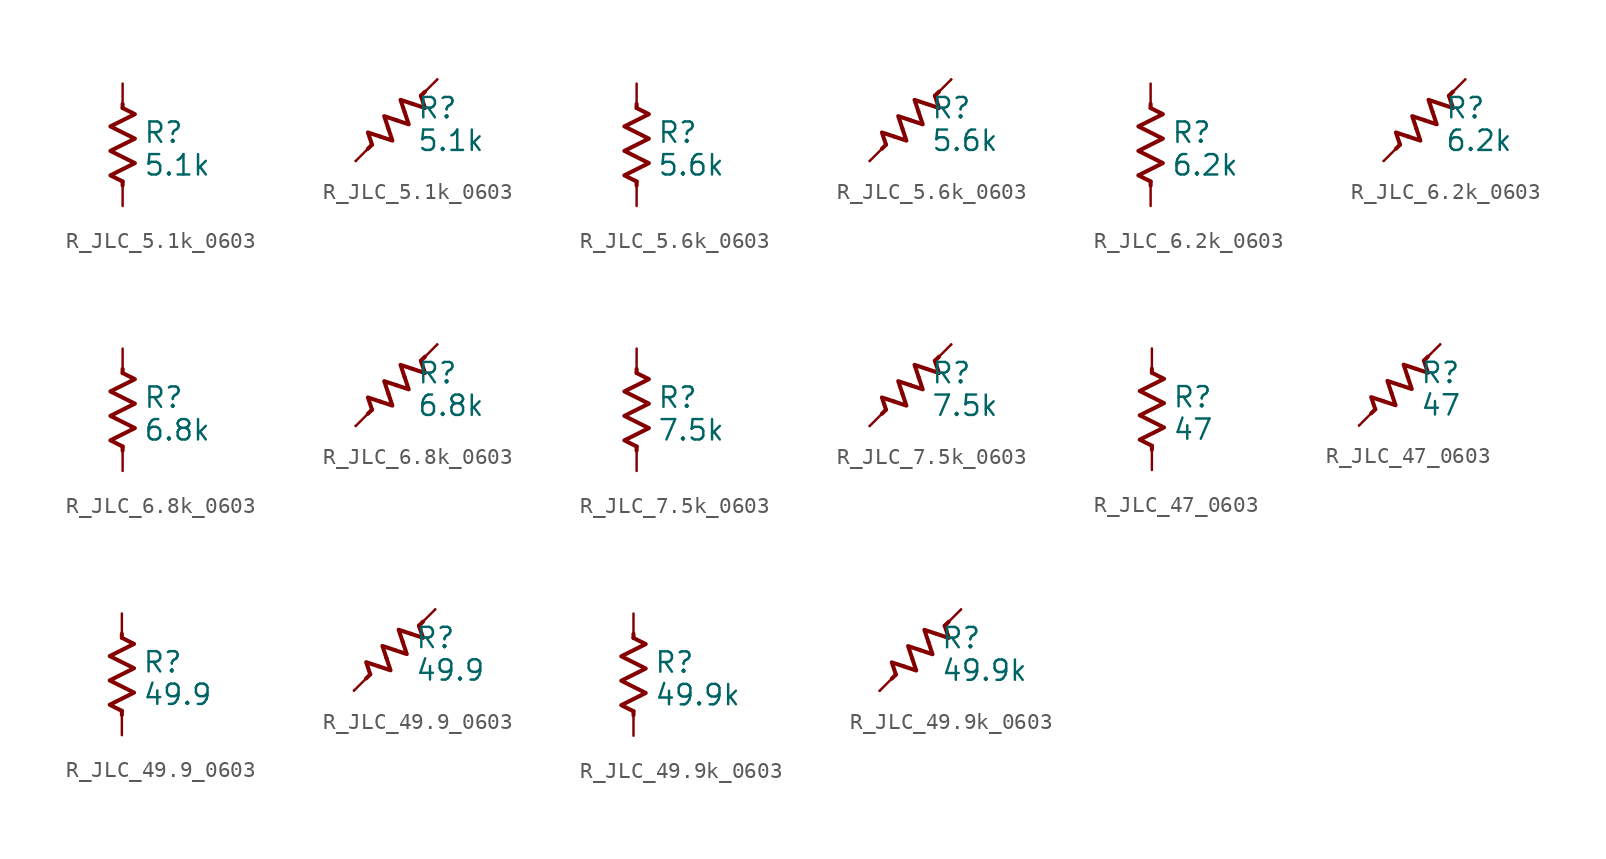
<source format=kicad_sym>
(kicad_symbol_lib
  (version 20231120)
  (generator "kicad_symbol_editor")
  (generator_version "8.0")
  (symbol "R_JLC_5.1k_0603"
    (pin_numbers hide)
    (pin_names
      (offset 0))
    (property "Reference" "R"
      (at 1.27 0.762 0)
      (effects (font (size 1.27 1.27)) (justify left)))
    (property "Value" "5.1k"
      (at 1.27 -1.27 0)
      (effects (font (size 1.27 1.27)) (justify left)))
    (symbol "R_JLC_5.1k_0603_0_1"
      (polyline (pts (xy 0 -2.286) (xy 0 -2.54)) (stroke (width 0.254) (type default)) (fill (type none)))
      (polyline (pts (xy 0 2.286) (xy 0 2.54)) (stroke (width 0.254) (type default)) (fill (type none)))
      (polyline (pts (xy 0 2.286) (xy 0.762 1.905) (xy -0.762 1.143) (xy 0 0.762) (xy 0.762 0.381) (xy 0 0) (xy -0.762 -0.381) (xy 0 -0.762) (xy 0.762 -1.143) (xy 0 -1.524) (xy -0.762 -1.905) (xy 0 -2.286)) (stroke (width 0.254) (type default)) (fill (type none))))
    (symbol "R_JLC_5.1k_0603_0_2"
      (polyline (pts (xy -2.54 -2.54) (xy -1.778 -1.778)) (stroke (width 0) (type default)) (fill (type none)))
      (polyline (pts (xy -1.778 -1.778) (xy -1.524 -1.524)) (stroke (width 0.254) (type default)) (fill (type none)))
      (polyline (pts (xy 1.778 1.778) (xy 1.524 1.524)) (stroke (width 0.254) (type default)) (fill (type none)))
      (polyline (pts (xy 1.778 1.778) (xy 2.54 2.54)) (stroke (width 0) (type default)) (fill (type none)))
      (polyline (pts (xy -1.524 -1.524) (xy -1.778 -0.762) (xy -1.016 -1.016)) (stroke (width 0.254) (type default)) (fill (type none)))
      (polyline (pts (xy -0.508 -0.508) (xy -0.762 0.254) (xy 0 0)) (stroke (width 0.254) (type default)) (fill (type none)))
      (polyline (pts (xy -0.508 -0.508) (xy -0.254 -1.27) (xy -1.016 -1.016)) (stroke (width 0.254) (type default)) (fill (type none)))
      (polyline (pts (xy 0.508 0.508) (xy 0.254 1.27) (xy 1.016 1.016)) (stroke (width 0.254) (type default)) (fill (type none)))
      (polyline (pts (xy 0.508 0.508) (xy 0.762 -0.254) (xy 0 0)) (stroke (width 0.254) (type default)) (fill (type none)))
      (polyline (pts (xy 1.524 1.524) (xy 1.778 0.762) (xy 1.016 1.016)) (stroke (width 0.254) (type default)) (fill (type none))))
    (symbol "R_JLC_5.1k_0603_1_1"
      (pin passive line (at 0 3.81 270) (length 1.27) (name "~" (effects (font (size 1.27 1.27)))) (number "1" (effects (font (size 1.27 1.27)))))
      (pin passive line (at 0 -3.81 90) (length 1.27) (name "~" (effects (font (size 1.27 1.27)))) (number "2" (effects (font (size 1.27 1.27))))))
    (symbol "R_JLC_5.1k_0603_1_2"
      (pin passive line (at 2.54 2.54 180) (length 0) (name "" (effects (font (size 1.27 1.27)))) (number "1" (effects (font (size 1.27 1.27)))))
      (pin passive line (at -2.54 -2.54 0) (length 0) (name "" (effects (font (size 1.27 1.27)))) (number "2" (effects (font (size 1.27 1.27)))))))
  (symbol "R_JLC_5.6k_0603"
    (pin_numbers hide)
    (pin_names
      (offset 0))
    (property "Reference" "R"
      (at 1.27 0.762 0)
      (effects (font (size 1.27 1.27)) (justify left)))
    (property "Value" "5.6k"
      (at 1.27 -1.27 0)
      (effects (font (size 1.27 1.27)) (justify left)))
    (symbol "R_JLC_5.6k_0603_0_1"
      (polyline (pts (xy 0 -2.286) (xy 0 -2.54)) (stroke (width 0.254) (type default)) (fill (type none)))
      (polyline (pts (xy 0 2.286) (xy 0 2.54)) (stroke (width 0.254) (type default)) (fill (type none)))
      (polyline (pts (xy 0 2.286) (xy 0.762 1.905) (xy -0.762 1.143) (xy 0 0.762) (xy 0.762 0.381) (xy 0 0) (xy -0.762 -0.381) (xy 0 -0.762) (xy 0.762 -1.143) (xy 0 -1.524) (xy -0.762 -1.905) (xy 0 -2.286)) (stroke (width 0.254) (type default)) (fill (type none))))
    (symbol "R_JLC_5.6k_0603_0_2"
      (polyline (pts (xy -2.54 -2.54) (xy -1.778 -1.778)) (stroke (width 0) (type default)) (fill (type none)))
      (polyline (pts (xy -1.778 -1.778) (xy -1.524 -1.524)) (stroke (width 0.254) (type default)) (fill (type none)))
      (polyline (pts (xy 1.778 1.778) (xy 1.524 1.524)) (stroke (width 0.254) (type default)) (fill (type none)))
      (polyline (pts (xy 1.778 1.778) (xy 2.54 2.54)) (stroke (width 0) (type default)) (fill (type none)))
      (polyline (pts (xy -1.524 -1.524) (xy -1.778 -0.762) (xy -1.016 -1.016)) (stroke (width 0.254) (type default)) (fill (type none)))
      (polyline (pts (xy -0.508 -0.508) (xy -0.762 0.254) (xy 0 0)) (stroke (width 0.254) (type default)) (fill (type none)))
      (polyline (pts (xy -0.508 -0.508) (xy -0.254 -1.27) (xy -1.016 -1.016)) (stroke (width 0.254) (type default)) (fill (type none)))
      (polyline (pts (xy 0.508 0.508) (xy 0.254 1.27) (xy 1.016 1.016)) (stroke (width 0.254) (type default)) (fill (type none)))
      (polyline (pts (xy 0.508 0.508) (xy 0.762 -0.254) (xy 0 0)) (stroke (width 0.254) (type default)) (fill (type none)))
      (polyline (pts (xy 1.524 1.524) (xy 1.778 0.762) (xy 1.016 1.016)) (stroke (width 0.254) (type default)) (fill (type none))))
    (symbol "R_JLC_5.6k_0603_1_1"
      (pin passive line (at 0 3.81 270) (length 1.27) (name "~" (effects (font (size 1.27 1.27)))) (number "1" (effects (font (size 1.27 1.27)))))
      (pin passive line (at 0 -3.81 90) (length 1.27) (name "~" (effects (font (size 1.27 1.27)))) (number "2" (effects (font (size 1.27 1.27))))))
    (symbol "R_JLC_5.6k_0603_1_2"
      (pin passive line (at 2.54 2.54 180) (length 0) (name "" (effects (font (size 1.27 1.27)))) (number "1" (effects (font (size 1.27 1.27)))))
      (pin passive line (at -2.54 -2.54 0) (length 0) (name "" (effects (font (size 1.27 1.27)))) (number "2" (effects (font (size 1.27 1.27)))))))
  (symbol "R_JLC_6.2k_0603"
    (pin_numbers hide)
    (pin_names
      (offset 0))
    (property "Reference" "R"
      (at 1.27 0.762 0)
      (effects (font (size 1.27 1.27)) (justify left)))
    (property "Value" "6.2k"
      (at 1.27 -1.27 0)
      (effects (font (size 1.27 1.27)) (justify left)))
    (symbol "R_JLC_6.2k_0603_0_1"
      (polyline (pts (xy 0 -2.286) (xy 0 -2.54)) (stroke (width 0.254) (type default)) (fill (type none)))
      (polyline (pts (xy 0 2.286) (xy 0 2.54)) (stroke (width 0.254) (type default)) (fill (type none)))
      (polyline (pts (xy 0 2.286) (xy 0.762 1.905) (xy -0.762 1.143) (xy 0 0.762) (xy 0.762 0.381) (xy 0 0) (xy -0.762 -0.381) (xy 0 -0.762) (xy 0.762 -1.143) (xy 0 -1.524) (xy -0.762 -1.905) (xy 0 -2.286)) (stroke (width 0.254) (type default)) (fill (type none))))
    (symbol "R_JLC_6.2k_0603_0_2"
      (polyline (pts (xy -2.54 -2.54) (xy -1.778 -1.778)) (stroke (width 0) (type default)) (fill (type none)))
      (polyline (pts (xy -1.778 -1.778) (xy -1.524 -1.524)) (stroke (width 0.254) (type default)) (fill (type none)))
      (polyline (pts (xy 1.778 1.778) (xy 1.524 1.524)) (stroke (width 0.254) (type default)) (fill (type none)))
      (polyline (pts (xy 1.778 1.778) (xy 2.54 2.54)) (stroke (width 0) (type default)) (fill (type none)))
      (polyline (pts (xy -1.524 -1.524) (xy -1.778 -0.762) (xy -1.016 -1.016)) (stroke (width 0.254) (type default)) (fill (type none)))
      (polyline (pts (xy -0.508 -0.508) (xy -0.762 0.254) (xy 0 0)) (stroke (width 0.254) (type default)) (fill (type none)))
      (polyline (pts (xy -0.508 -0.508) (xy -0.254 -1.27) (xy -1.016 -1.016)) (stroke (width 0.254) (type default)) (fill (type none)))
      (polyline (pts (xy 0.508 0.508) (xy 0.254 1.27) (xy 1.016 1.016)) (stroke (width 0.254) (type default)) (fill (type none)))
      (polyline (pts (xy 0.508 0.508) (xy 0.762 -0.254) (xy 0 0)) (stroke (width 0.254) (type default)) (fill (type none)))
      (polyline (pts (xy 1.524 1.524) (xy 1.778 0.762) (xy 1.016 1.016)) (stroke (width 0.254) (type default)) (fill (type none))))
    (symbol "R_JLC_6.2k_0603_1_1"
      (pin passive line (at 0 3.81 270) (length 1.27) (name "~" (effects (font (size 1.27 1.27)))) (number "1" (effects (font (size 1.27 1.27)))))
      (pin passive line (at 0 -3.81 90) (length 1.27) (name "~" (effects (font (size 1.27 1.27)))) (number "2" (effects (font (size 1.27 1.27))))))
    (symbol "R_JLC_6.2k_0603_1_2"
      (pin passive line (at 2.54 2.54 180) (length 0) (name "" (effects (font (size 1.27 1.27)))) (number "1" (effects (font (size 1.27 1.27)))))
      (pin passive line (at -2.54 -2.54 0) (length 0) (name "" (effects (font (size 1.27 1.27)))) (number "2" (effects (font (size 1.27 1.27)))))))
  (symbol "R_JLC_6.8k_0603"
    (pin_numbers hide)
    (pin_names
      (offset 0))
    (property "Reference" "R"
      (at 1.27 0.762 0)
      (effects (font (size 1.27 1.27)) (justify left)))
    (property "Value" "6.8k"
      (at 1.27 -1.27 0)
      (effects (font (size 1.27 1.27)) (justify left)))
    (symbol "R_JLC_6.8k_0603_0_1"
      (polyline (pts (xy 0 -2.286) (xy 0 -2.54)) (stroke (width 0.254) (type default)) (fill (type none)))
      (polyline (pts (xy 0 2.286) (xy 0 2.54)) (stroke (width 0.254) (type default)) (fill (type none)))
      (polyline (pts (xy 0 2.286) (xy 0.762 1.905) (xy -0.762 1.143) (xy 0 0.762) (xy 0.762 0.381) (xy 0 0) (xy -0.762 -0.381) (xy 0 -0.762) (xy 0.762 -1.143) (xy 0 -1.524) (xy -0.762 -1.905) (xy 0 -2.286)) (stroke (width 0.254) (type default)) (fill (type none))))
    (symbol "R_JLC_6.8k_0603_0_2"
      (polyline (pts (xy -2.54 -2.54) (xy -1.778 -1.778)) (stroke (width 0) (type default)) (fill (type none)))
      (polyline (pts (xy -1.778 -1.778) (xy -1.524 -1.524)) (stroke (width 0.254) (type default)) (fill (type none)))
      (polyline (pts (xy 1.778 1.778) (xy 1.524 1.524)) (stroke (width 0.254) (type default)) (fill (type none)))
      (polyline (pts (xy 1.778 1.778) (xy 2.54 2.54)) (stroke (width 0) (type default)) (fill (type none)))
      (polyline (pts (xy -1.524 -1.524) (xy -1.778 -0.762) (xy -1.016 -1.016)) (stroke (width 0.254) (type default)) (fill (type none)))
      (polyline (pts (xy -0.508 -0.508) (xy -0.762 0.254) (xy 0 0)) (stroke (width 0.254) (type default)) (fill (type none)))
      (polyline (pts (xy -0.508 -0.508) (xy -0.254 -1.27) (xy -1.016 -1.016)) (stroke (width 0.254) (type default)) (fill (type none)))
      (polyline (pts (xy 0.508 0.508) (xy 0.254 1.27) (xy 1.016 1.016)) (stroke (width 0.254) (type default)) (fill (type none)))
      (polyline (pts (xy 0.508 0.508) (xy 0.762 -0.254) (xy 0 0)) (stroke (width 0.254) (type default)) (fill (type none)))
      (polyline (pts (xy 1.524 1.524) (xy 1.778 0.762) (xy 1.016 1.016)) (stroke (width 0.254) (type default)) (fill (type none))))
    (symbol "R_JLC_6.8k_0603_1_1"
      (pin passive line (at 0 3.81 270) (length 1.27) (name "~" (effects (font (size 1.27 1.27)))) (number "1" (effects (font (size 1.27 1.27)))))
      (pin passive line (at 0 -3.81 90) (length 1.27) (name "~" (effects (font (size 1.27 1.27)))) (number "2" (effects (font (size 1.27 1.27))))))
    (symbol "R_JLC_6.8k_0603_1_2"
      (pin passive line (at 2.54 2.54 180) (length 0) (name "" (effects (font (size 1.27 1.27)))) (number "1" (effects (font (size 1.27 1.27)))))
      (pin passive line (at -2.54 -2.54 0) (length 0) (name "" (effects (font (size 1.27 1.27)))) (number "2" (effects (font (size 1.27 1.27)))))))
  (symbol "R_JLC_7.5k_0603"
    (pin_numbers hide)
    (pin_names
      (offset 0))
    (property "Reference" "R"
      (at 1.27 0.762 0)
      (effects (font (size 1.27 1.27)) (justify left)))
    (property "Value" "7.5k"
      (at 1.27 -1.27 0)
      (effects (font (size 1.27 1.27)) (justify left)))
    (symbol "R_JLC_7.5k_0603_0_1"
      (polyline (pts (xy 0 -2.286) (xy 0 -2.54)) (stroke (width 0.254) (type default)) (fill (type none)))
      (polyline (pts (xy 0 2.286) (xy 0 2.54)) (stroke (width 0.254) (type default)) (fill (type none)))
      (polyline (pts (xy 0 2.286) (xy 0.762 1.905) (xy -0.762 1.143) (xy 0 0.762) (xy 0.762 0.381) (xy 0 0) (xy -0.762 -0.381) (xy 0 -0.762) (xy 0.762 -1.143) (xy 0 -1.524) (xy -0.762 -1.905) (xy 0 -2.286)) (stroke (width 0.254) (type default)) (fill (type none))))
    (symbol "R_JLC_7.5k_0603_0_2"
      (polyline (pts (xy -2.54 -2.54) (xy -1.778 -1.778)) (stroke (width 0) (type default)) (fill (type none)))
      (polyline (pts (xy -1.778 -1.778) (xy -1.524 -1.524)) (stroke (width 0.254) (type default)) (fill (type none)))
      (polyline (pts (xy 1.778 1.778) (xy 1.524 1.524)) (stroke (width 0.254) (type default)) (fill (type none)))
      (polyline (pts (xy 1.778 1.778) (xy 2.54 2.54)) (stroke (width 0) (type default)) (fill (type none)))
      (polyline (pts (xy -1.524 -1.524) (xy -1.778 -0.762) (xy -1.016 -1.016)) (stroke (width 0.254) (type default)) (fill (type none)))
      (polyline (pts (xy -0.508 -0.508) (xy -0.762 0.254) (xy 0 0)) (stroke (width 0.254) (type default)) (fill (type none)))
      (polyline (pts (xy -0.508 -0.508) (xy -0.254 -1.27) (xy -1.016 -1.016)) (stroke (width 0.254) (type default)) (fill (type none)))
      (polyline (pts (xy 0.508 0.508) (xy 0.254 1.27) (xy 1.016 1.016)) (stroke (width 0.254) (type default)) (fill (type none)))
      (polyline (pts (xy 0.508 0.508) (xy 0.762 -0.254) (xy 0 0)) (stroke (width 0.254) (type default)) (fill (type none)))
      (polyline (pts (xy 1.524 1.524) (xy 1.778 0.762) (xy 1.016 1.016)) (stroke (width 0.254) (type default)) (fill (type none))))
    (symbol "R_JLC_7.5k_0603_1_1"
      (pin passive line (at 0 3.81 270) (length 1.27) (name "~" (effects (font (size 1.27 1.27)))) (number "1" (effects (font (size 1.27 1.27)))))
      (pin passive line (at 0 -3.81 90) (length 1.27) (name "~" (effects (font (size 1.27 1.27)))) (number "2" (effects (font (size 1.27 1.27))))))
    (symbol "R_JLC_7.5k_0603_1_2"
      (pin passive line (at 2.54 2.54 180) (length 0) (name "" (effects (font (size 1.27 1.27)))) (number "1" (effects (font (size 1.27 1.27)))))
      (pin passive line (at -2.54 -2.54 0) (length 0) (name "" (effects (font (size 1.27 1.27)))) (number "2" (effects (font (size 1.27 1.27)))))))
  (symbol "R_JLC_47_0603"
    (pin_numbers hide)
    (pin_names
      (offset 0))
    (property "Reference" "R"
      (at 1.27 0.762 0)
      (effects (font (size 1.27 1.27)) (justify left)))
    (property "Value" "47"
      (at 1.27 -1.27 0)
      (effects (font (size 1.27 1.27)) (justify left)))
    (symbol "R_JLC_47_0603_0_1"
      (polyline (pts (xy 0 -2.286) (xy 0 -2.54)) (stroke (width 0.254) (type default)) (fill (type none)))
      (polyline (pts (xy 0 2.286) (xy 0 2.54)) (stroke (width 0.254) (type default)) (fill (type none)))
      (polyline (pts (xy 0 2.286) (xy 0.762 1.905) (xy -0.762 1.143) (xy 0 0.762) (xy 0.762 0.381) (xy 0 0) (xy -0.762 -0.381) (xy 0 -0.762) (xy 0.762 -1.143) (xy 0 -1.524) (xy -0.762 -1.905) (xy 0 -2.286)) (stroke (width 0.254) (type default)) (fill (type none))))
    (symbol "R_JLC_47_0603_0_2"
      (polyline (pts (xy -2.54 -2.54) (xy -1.778 -1.778)) (stroke (width 0) (type default)) (fill (type none)))
      (polyline (pts (xy -1.778 -1.778) (xy -1.524 -1.524)) (stroke (width 0.254) (type default)) (fill (type none)))
      (polyline (pts (xy 1.778 1.778) (xy 1.524 1.524)) (stroke (width 0.254) (type default)) (fill (type none)))
      (polyline (pts (xy 1.778 1.778) (xy 2.54 2.54)) (stroke (width 0) (type default)) (fill (type none)))
      (polyline (pts (xy -1.524 -1.524) (xy -1.778 -0.762) (xy -1.016 -1.016)) (stroke (width 0.254) (type default)) (fill (type none)))
      (polyline (pts (xy -0.508 -0.508) (xy -0.762 0.254) (xy 0 0)) (stroke (width 0.254) (type default)) (fill (type none)))
      (polyline (pts (xy -0.508 -0.508) (xy -0.254 -1.27) (xy -1.016 -1.016)) (stroke (width 0.254) (type default)) (fill (type none)))
      (polyline (pts (xy 0.508 0.508) (xy 0.254 1.27) (xy 1.016 1.016)) (stroke (width 0.254) (type default)) (fill (type none)))
      (polyline (pts (xy 0.508 0.508) (xy 0.762 -0.254) (xy 0 0)) (stroke (width 0.254) (type default)) (fill (type none)))
      (polyline (pts (xy 1.524 1.524) (xy 1.778 0.762) (xy 1.016 1.016)) (stroke (width 0.254) (type default)) (fill (type none))))
    (symbol "R_JLC_47_0603_1_1"
      (pin passive line (at 0 3.81 270) (length 1.27) (name "~" (effects (font (size 1.27 1.27)))) (number "1" (effects (font (size 1.27 1.27)))))
      (pin passive line (at 0 -3.81 90) (length 1.27) (name "~" (effects (font (size 1.27 1.27)))) (number "2" (effects (font (size 1.27 1.27))))))
    (symbol "R_JLC_47_0603_1_2"
      (pin passive line (at 2.54 2.54 180) (length 0) (name "" (effects (font (size 1.27 1.27)))) (number "1" (effects (font (size 1.27 1.27)))))
      (pin passive line (at -2.54 -2.54 0) (length 0) (name "" (effects (font (size 1.27 1.27)))) (number "2" (effects (font (size 1.27 1.27)))))))
  (symbol "R_JLC_49.9_0603"
    (pin_numbers hide)
    (pin_names
      (offset 0))
    (property "Reference" "R"
      (at 1.27 0.762 0)
      (effects (font (size 1.27 1.27)) (justify left)))
    (property "Value" "49.9"
      (at 1.27 -1.27 0)
      (effects (font (size 1.27 1.27)) (justify left)))
    (symbol "R_JLC_49.9_0603_0_1"
      (polyline (pts (xy 0 -2.286) (xy 0 -2.54)) (stroke (width 0.254) (type default)) (fill (type none)))
      (polyline (pts (xy 0 2.286) (xy 0 2.54)) (stroke (width 0.254) (type default)) (fill (type none)))
      (polyline (pts (xy 0 2.286) (xy 0.762 1.905) (xy -0.762 1.143) (xy 0 0.762) (xy 0.762 0.381) (xy 0 0) (xy -0.762 -0.381) (xy 0 -0.762) (xy 0.762 -1.143) (xy 0 -1.524) (xy -0.762 -1.905) (xy 0 -2.286)) (stroke (width 0.254) (type default)) (fill (type none))))
    (symbol "R_JLC_49.9_0603_0_2"
      (polyline (pts (xy -2.54 -2.54) (xy -1.778 -1.778)) (stroke (width 0) (type default)) (fill (type none)))
      (polyline (pts (xy -1.778 -1.778) (xy -1.524 -1.524)) (stroke (width 0.254) (type default)) (fill (type none)))
      (polyline (pts (xy 1.778 1.778) (xy 1.524 1.524)) (stroke (width 0.254) (type default)) (fill (type none)))
      (polyline (pts (xy 1.778 1.778) (xy 2.54 2.54)) (stroke (width 0) (type default)) (fill (type none)))
      (polyline (pts (xy -1.524 -1.524) (xy -1.778 -0.762) (xy -1.016 -1.016)) (stroke (width 0.254) (type default)) (fill (type none)))
      (polyline (pts (xy -0.508 -0.508) (xy -0.762 0.254) (xy 0 0)) (stroke (width 0.254) (type default)) (fill (type none)))
      (polyline (pts (xy -0.508 -0.508) (xy -0.254 -1.27) (xy -1.016 -1.016)) (stroke (width 0.254) (type default)) (fill (type none)))
      (polyline (pts (xy 0.508 0.508) (xy 0.254 1.27) (xy 1.016 1.016)) (stroke (width 0.254) (type default)) (fill (type none)))
      (polyline (pts (xy 0.508 0.508) (xy 0.762 -0.254) (xy 0 0)) (stroke (width 0.254) (type default)) (fill (type none)))
      (polyline (pts (xy 1.524 1.524) (xy 1.778 0.762) (xy 1.016 1.016)) (stroke (width 0.254) (type default)) (fill (type none))))
    (symbol "R_JLC_49.9_0603_1_1"
      (pin passive line (at 0 3.81 270) (length 1.27) (name "~" (effects (font (size 1.27 1.27)))) (number "1" (effects (font (size 1.27 1.27)))))
      (pin passive line (at 0 -3.81 90) (length 1.27) (name "~" (effects (font (size 1.27 1.27)))) (number "2" (effects (font (size 1.27 1.27))))))
    (symbol "R_JLC_49.9_0603_1_2"
      (pin passive line (at 2.54 2.54 180) (length 0) (name "" (effects (font (size 1.27 1.27)))) (number "1" (effects (font (size 1.27 1.27)))))
      (pin passive line (at -2.54 -2.54 0) (length 0) (name "" (effects (font (size 1.27 1.27)))) (number "2" (effects (font (size 1.27 1.27)))))))
  (symbol "R_JLC_49.9k_0603"
    (pin_numbers hide)
    (pin_names
      (offset 0))
    (property "Reference" "R"
      (at 1.27 0.762 0)
      (effects (font (size 1.27 1.27)) (justify left)))
    (property "Value" "49.9k"
      (at 1.27 -1.27 0)
      (effects (font (size 1.27 1.27)) (justify left)))
    (symbol "R_JLC_49.9k_0603_0_1"
      (polyline (pts (xy 0 -2.286) (xy 0 -2.54)) (stroke (width 0.254) (type default)) (fill (type none)))
      (polyline (pts (xy 0 2.286) (xy 0 2.54)) (stroke (width 0.254) (type default)) (fill (type none)))
      (polyline (pts (xy 0 2.286) (xy 0.762 1.905) (xy -0.762 1.143) (xy 0 0.762) (xy 0.762 0.381) (xy 0 0) (xy -0.762 -0.381) (xy 0 -0.762) (xy 0.762 -1.143) (xy 0 -1.524) (xy -0.762 -1.905) (xy 0 -2.286)) (stroke (width 0.254) (type default)) (fill (type none))))
    (symbol "R_JLC_49.9k_0603_0_2"
      (polyline (pts (xy -2.54 -2.54) (xy -1.778 -1.778)) (stroke (width 0) (type default)) (fill (type none)))
      (polyline (pts (xy -1.778 -1.778) (xy -1.524 -1.524)) (stroke (width 0.254) (type default)) (fill (type none)))
      (polyline (pts (xy 1.778 1.778) (xy 1.524 1.524)) (stroke (width 0.254) (type default)) (fill (type none)))
      (polyline (pts (xy 1.778 1.778) (xy 2.54 2.54)) (stroke (width 0) (type default)) (fill (type none)))
      (polyline (pts (xy -1.524 -1.524) (xy -1.778 -0.762) (xy -1.016 -1.016)) (stroke (width 0.254) (type default)) (fill (type none)))
      (polyline (pts (xy -0.508 -0.508) (xy -0.762 0.254) (xy 0 0)) (stroke (width 0.254) (type default)) (fill (type none)))
      (polyline (pts (xy -0.508 -0.508) (xy -0.254 -1.27) (xy -1.016 -1.016)) (stroke (width 0.254) (type default)) (fill (type none)))
      (polyline (pts (xy 0.508 0.508) (xy 0.254 1.27) (xy 1.016 1.016)) (stroke (width 0.254) (type default)) (fill (type none)))
      (polyline (pts (xy 0.508 0.508) (xy 0.762 -0.254) (xy 0 0)) (stroke (width 0.254) (type default)) (fill (type none)))
      (polyline (pts (xy 1.524 1.524) (xy 1.778 0.762) (xy 1.016 1.016)) (stroke (width 0.254) (type default)) (fill (type none))))
    (symbol "R_JLC_49.9k_0603_1_1"
      (pin passive line (at 0 3.81 270) (length 1.27) (name "~" (effects (font (size 1.27 1.27)))) (number "1" (effects (font (size 1.27 1.27)))))
      (pin passive line (at 0 -3.81 90) (length 1.27) (name "~" (effects (font (size 1.27 1.27)))) (number "2" (effects (font (size 1.27 1.27))))))
    (symbol "R_JLC_49.9k_0603_1_2"
      (pin passive line (at 2.54 2.54 180) (length 0) (name "" (effects (font (size 1.27 1.27)))) (number "1" (effects (font (size 1.27 1.27)))))
      (pin passive line (at -2.54 -2.54 0) (length 0) (name "" (effects (font (size 1.27 1.27)))) (number "2" (effects (font (size 1.27 1.27))))))))
</source>
